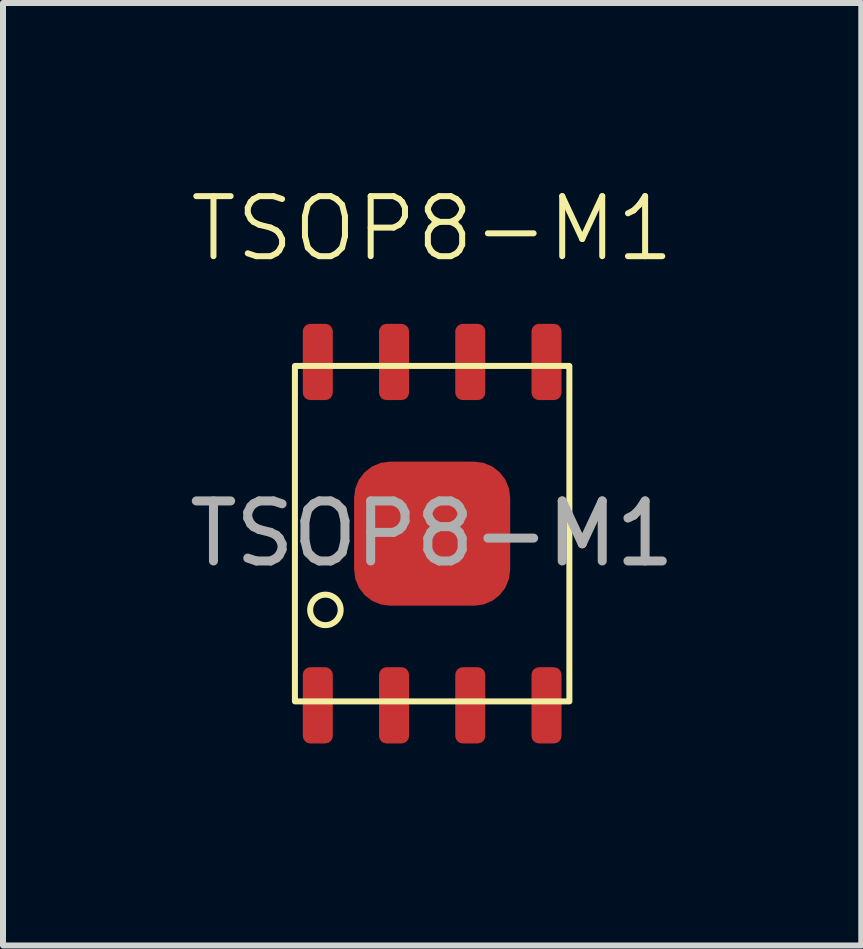
<source format=kicad_pcb>
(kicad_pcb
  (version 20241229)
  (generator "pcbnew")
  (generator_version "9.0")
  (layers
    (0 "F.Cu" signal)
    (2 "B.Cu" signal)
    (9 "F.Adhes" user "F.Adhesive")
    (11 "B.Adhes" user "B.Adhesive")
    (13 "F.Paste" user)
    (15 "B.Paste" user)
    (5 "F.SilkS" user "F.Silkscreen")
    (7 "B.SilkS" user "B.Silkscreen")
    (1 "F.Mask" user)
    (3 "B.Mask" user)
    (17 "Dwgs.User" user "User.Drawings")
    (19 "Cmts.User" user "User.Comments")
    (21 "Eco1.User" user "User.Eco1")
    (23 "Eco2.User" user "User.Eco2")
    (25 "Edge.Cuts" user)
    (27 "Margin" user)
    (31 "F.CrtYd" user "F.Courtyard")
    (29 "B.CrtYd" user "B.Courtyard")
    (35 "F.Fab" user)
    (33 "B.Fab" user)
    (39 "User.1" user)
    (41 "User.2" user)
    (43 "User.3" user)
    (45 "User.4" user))
  (footprint "TSOP8-M1"
    (layer "F.Cu")
    (at 4.149 5.84)
    (property "Reference" "TSOP8-M1" (at 0 -5.08 0) (unlocked yes) (layer "F.SilkS") (effects (font (size 1 1) (thickness 0.1))))
    (attr through_hole)
    (fp_rect (start -2.286 -2.794) (end 2.286 2.794) (stroke (width 0.1) (type default)) (fill no) (layer "F.SilkS"))
    (fp_circle (center -1.778 1.27) (end -1.524 1.27) (stroke (width 0.1) (type default)) (fill no) (layer "F.SilkS"))
    (fp_rect (start -2.54 -3.81) (end 2.54 3.81) (stroke (width 0.1) (type default)) (fill no) (layer "Margin"))
    (fp_text user "${REFERENCE}" (at 0 0 0) (unlocked yes) (layer "F.Fab") (effects (font (size 1 1) (thickness 0.15))))
    (pad "1" smd roundrect (at -1.905 2.86) (size 0.5 1.27) (layers "F.Cu" "F.Mask" "F.Paste") (roundrect_rratio 0.25))
    (pad "2" smd roundrect (at -0.635 2.86) (size 0.5 1.27) (layers "F.Cu" "F.Mask" "F.Paste") (roundrect_rratio 0.25))
    (pad "3" smd roundrect (at 0.635 2.86) (size 0.5 1.27) (layers "F.Cu" "F.Mask" "F.Paste") (roundrect_rratio 0.25))
    (pad "4" smd roundrect (at 1.905 2.86) (size 0.5 1.27) (layers "F.Cu" "F.Mask" "F.Paste") (roundrect_rratio 0.25))
    (pad "5" smd roundrect (at 1.905 -2.86) (size 0.5 1.27) (layers "F.Cu" "F.Mask" "F.Paste") (roundrect_rratio 0.25))
    (pad "6" smd roundrect (at 0.635 -2.86) (size 0.5 1.27) (layers "F.Cu" "F.Mask" "F.Paste") (roundrect_rratio 0.25))
    (pad "7" smd roundrect (at -0.635 -2.86) (size 0.5 1.27) (layers "F.Cu" "F.Mask" "F.Paste") (roundrect_rratio 0.25))
    (pad "7" smd roundrect (at 0 0) (size 2.6 2.4) (layers "F.Cu" "F.Mask" "F.Paste") (roundrect_rratio 0.25))
    (pad "8" smd roundrect (at -1.905 -2.86) (size 0.5 1.27) (layers "F.Cu" "F.Mask" "F.Paste") (roundrect_rratio 0.25)))
  (gr_rect
    (start -3 -3)
    (end 11.298 12.7)
    (stroke (width 0.1) (type default))
    (fill no)
    (layer "Edge.Cuts")))
</source>
